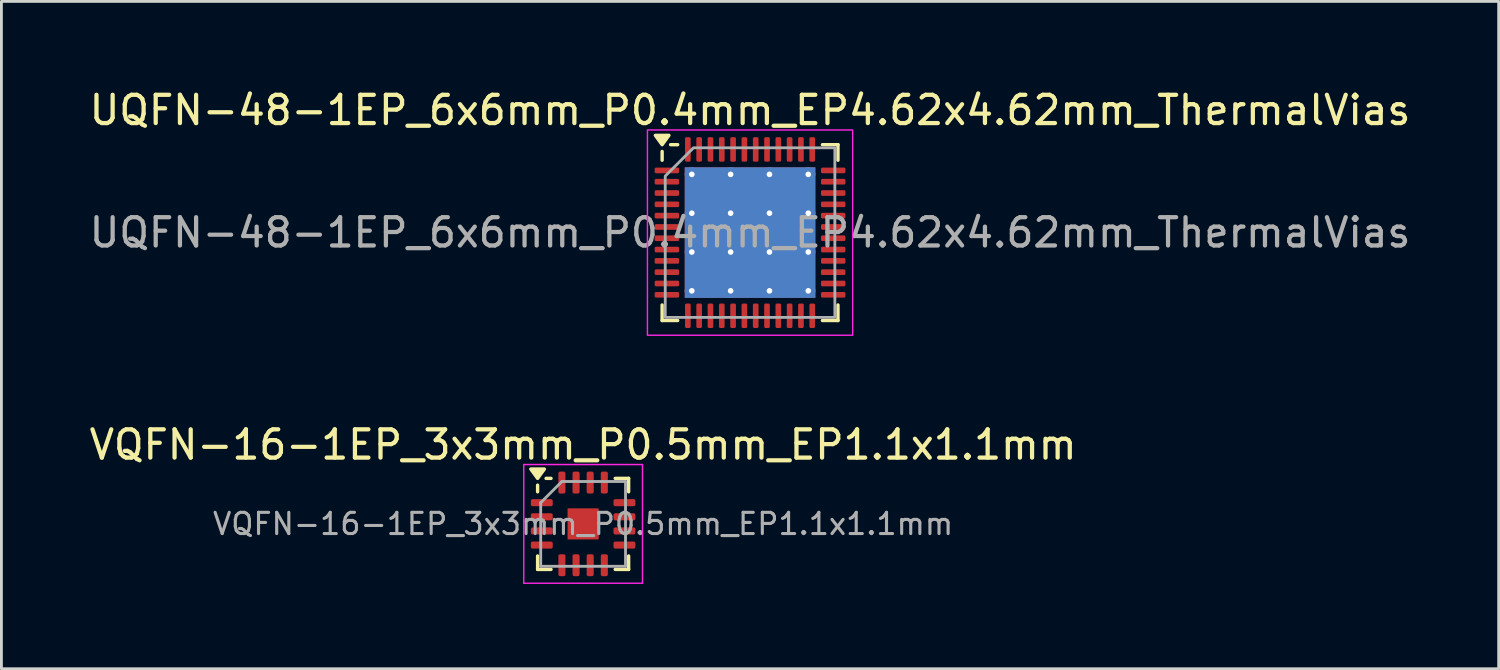
<source format=kicad_pcb>
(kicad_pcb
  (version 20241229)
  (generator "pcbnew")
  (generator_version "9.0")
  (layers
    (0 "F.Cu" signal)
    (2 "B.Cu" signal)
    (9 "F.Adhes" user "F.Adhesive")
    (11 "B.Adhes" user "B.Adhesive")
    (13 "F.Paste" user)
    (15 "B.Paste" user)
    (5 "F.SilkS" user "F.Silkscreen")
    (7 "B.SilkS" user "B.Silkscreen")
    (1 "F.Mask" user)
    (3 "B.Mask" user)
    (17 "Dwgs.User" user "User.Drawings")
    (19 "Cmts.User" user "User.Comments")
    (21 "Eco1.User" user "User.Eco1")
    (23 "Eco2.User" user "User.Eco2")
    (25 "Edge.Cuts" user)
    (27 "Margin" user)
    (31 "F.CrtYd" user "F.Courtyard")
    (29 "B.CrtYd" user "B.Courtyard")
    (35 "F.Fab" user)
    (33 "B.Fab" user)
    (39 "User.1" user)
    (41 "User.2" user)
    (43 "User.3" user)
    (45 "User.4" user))
  (footprint "UQFN-48-1EP_6x6mm_P0.4mm_EP4.62x4.62mm_ThermalVias"
    (layer "F.Cu")
    (at 23.482 5.178)
    (property "Reference" "UQFN-48-1EP_6x6mm_P0.4mm_EP4.62x4.62mm_ThermalVias" (at 0 -4.33 0) (layer "F.SilkS") (effects (font (size 1 1) (thickness 0.15))))
    (attr smd)
    (fp_line (start -3.11 -2.56) (end -3.11 -2.87) (stroke (width 0.12) (type solid)) (layer "F.SilkS"))
    (fp_line (start -3.11 3.11) (end -3.11 2.56) (stroke (width 0.12) (type solid)) (layer "F.SilkS"))
    (fp_line (start -2.56 -3.11) (end -2.81 -3.11) (stroke (width 0.12) (type solid)) (layer "F.SilkS"))
    (fp_line (start -2.56 3.11) (end -3.11 3.11) (stroke (width 0.12) (type solid)) (layer "F.SilkS"))
    (fp_line (start 2.56 -3.11) (end 3.11 -3.11) (stroke (width 0.12) (type solid)) (layer "F.SilkS"))
    (fp_line (start 2.56 3.11) (end 3.11 3.11) (stroke (width 0.12) (type solid)) (layer "F.SilkS"))
    (fp_line (start 3.11 -3.11) (end 3.11 -2.56) (stroke (width 0.12) (type solid)) (layer "F.SilkS"))
    (fp_line (start 3.11 3.11) (end 3.11 2.56) (stroke (width 0.12) (type solid)) (layer "F.SilkS"))
    (fp_poly (pts (xy -3.11 -3.11) (xy -3.35 -3.44) (xy -2.87 -3.44)) (stroke (width 0.12) (type solid)) (fill yes) (layer "F.SilkS"))
    (fp_rect (start -3.63 -3.63) (end 3.63 3.63) (stroke (width 0.05) (type solid)) (fill no) (layer "F.CrtYd"))
    (fp_poly (pts (xy -3 -2) (xy -3 3) (xy 3 3) (xy 3 -3) (xy -2 -3)) (stroke (width 0.1) (type solid)) (fill no) (layer "F.Fab"))
    (fp_text user "${REFERENCE}" (at 0 0 0) (layer "F.Fab") (effects (font (size 1 1) (thickness 0.15))))
    (pad "" smd roundrect (at -1.373 -1.373) (size 1.193 1.193) (layers "F.Paste") (roundrect_rratio 0.21))
    (pad "" smd roundrect (at -1.373 0) (size 1.193 1.193) (layers "F.Paste") (roundrect_rratio 0.21))
    (pad "" smd roundrect (at -1.373 1.373) (size 1.193 1.193) (layers "F.Paste") (roundrect_rratio 0.21))
    (pad "" smd roundrect (at 0 -1.373) (size 1.193 1.193) (layers "F.Paste") (roundrect_rratio 0.21))
    (pad "" smd roundrect (at 0 0) (size 1.193 1.193) (layers "F.Paste") (roundrect_rratio 0.21))
    (pad "" smd roundrect (at 0 1.373) (size 1.193 1.193) (layers "F.Paste") (roundrect_rratio 0.21))
    (pad "" smd roundrect (at 1.373 -1.373) (size 1.193 1.193) (layers "F.Paste") (roundrect_rratio 0.21))
    (pad "" smd roundrect (at 1.373 0) (size 1.193 1.193) (layers "F.Paste") (roundrect_rratio 0.21))
    (pad "" smd roundrect (at 1.373 1.373) (size 1.193 1.193) (layers "F.Paste") (roundrect_rratio 0.21))
    (pad "1" smd roundrect (at -2.942 -2.2) (size 0.865 0.2) (layers "F.Cu" "F.Mask" "F.Paste") (roundrect_rratio 0.25))
    (pad "2" smd roundrect (at -2.942 -1.8) (size 0.865 0.2) (layers "F.Cu" "F.Mask" "F.Paste") (roundrect_rratio 0.25))
    (pad "3" smd roundrect (at -2.942 -1.4) (size 0.865 0.2) (layers "F.Cu" "F.Mask" "F.Paste") (roundrect_rratio 0.25))
    (pad "4" smd roundrect (at -2.942 -1) (size 0.865 0.2) (layers "F.Cu" "F.Mask" "F.Paste") (roundrect_rratio 0.25))
    (pad "5" smd roundrect (at -2.942 -0.6) (size 0.865 0.2) (layers "F.Cu" "F.Mask" "F.Paste") (roundrect_rratio 0.25))
    (pad "6" smd roundrect (at -2.942 -0.2) (size 0.865 0.2) (layers "F.Cu" "F.Mask" "F.Paste") (roundrect_rratio 0.25))
    (pad "7" smd roundrect (at -2.942 0.2) (size 0.865 0.2) (layers "F.Cu" "F.Mask" "F.Paste") (roundrect_rratio 0.25))
    (pad "8" smd roundrect (at -2.942 0.6) (size 0.865 0.2) (layers "F.Cu" "F.Mask" "F.Paste") (roundrect_rratio 0.25))
    (pad "9" smd roundrect (at -2.942 1) (size 0.865 0.2) (layers "F.Cu" "F.Mask" "F.Paste") (roundrect_rratio 0.25))
    (pad "10" smd roundrect (at -2.942 1.4) (size 0.865 0.2) (layers "F.Cu" "F.Mask" "F.Paste") (roundrect_rratio 0.25))
    (pad "11" smd roundrect (at -2.942 1.8) (size 0.865 0.2) (layers "F.Cu" "F.Mask" "F.Paste") (roundrect_rratio 0.25))
    (pad "12" smd roundrect (at -2.942 2.2) (size 0.865 0.2) (layers "F.Cu" "F.Mask" "F.Paste") (roundrect_rratio 0.25))
    (pad "13" smd roundrect (at -2.2 2.942) (size 0.2 0.865) (layers "F.Cu" "F.Mask" "F.Paste") (roundrect_rratio 0.25))
    (pad "14" smd roundrect (at -1.8 2.942) (size 0.2 0.865) (layers "F.Cu" "F.Mask" "F.Paste") (roundrect_rratio 0.25))
    (pad "15" smd roundrect (at -1.4 2.942) (size 0.2 0.865) (layers "F.Cu" "F.Mask" "F.Paste") (roundrect_rratio 0.25))
    (pad "16" smd roundrect (at -1 2.942) (size 0.2 0.865) (layers "F.Cu" "F.Mask" "F.Paste") (roundrect_rratio 0.25))
    (pad "17" smd roundrect (at -0.6 2.942) (size 0.2 0.865) (layers "F.Cu" "F.Mask" "F.Paste") (roundrect_rratio 0.25))
    (pad "18" smd roundrect (at -0.2 2.942) (size 0.2 0.865) (layers "F.Cu" "F.Mask" "F.Paste") (roundrect_rratio 0.25))
    (pad "19" smd roundrect (at 0.2 2.942) (size 0.2 0.865) (layers "F.Cu" "F.Mask" "F.Paste") (roundrect_rratio 0.25))
    (pad "20" smd roundrect (at 0.6 2.942) (size 0.2 0.865) (layers "F.Cu" "F.Mask" "F.Paste") (roundrect_rratio 0.25))
    (pad "21" smd roundrect (at 1 2.942) (size 0.2 0.865) (layers "F.Cu" "F.Mask" "F.Paste") (roundrect_rratio 0.25))
    (pad "22" smd roundrect (at 1.4 2.942) (size 0.2 0.865) (layers "F.Cu" "F.Mask" "F.Paste") (roundrect_rratio 0.25))
    (pad "23" smd roundrect (at 1.8 2.942) (size 0.2 0.865) (layers "F.Cu" "F.Mask" "F.Paste") (roundrect_rratio 0.25))
    (pad "24" smd roundrect (at 2.2 2.942) (size 0.2 0.865) (layers "F.Cu" "F.Mask" "F.Paste") (roundrect_rratio 0.25))
    (pad "25" smd roundrect (at 2.942 2.2) (size 0.865 0.2) (layers "F.Cu" "F.Mask" "F.Paste") (roundrect_rratio 0.25))
    (pad "26" smd roundrect (at 2.942 1.8) (size 0.865 0.2) (layers "F.Cu" "F.Mask" "F.Paste") (roundrect_rratio 0.25))
    (pad "27" smd roundrect (at 2.942 1.4) (size 0.865 0.2) (layers "F.Cu" "F.Mask" "F.Paste") (roundrect_rratio 0.25))
    (pad "28" smd roundrect (at 2.942 1) (size 0.865 0.2) (layers "F.Cu" "F.Mask" "F.Paste") (roundrect_rratio 0.25))
    (pad "29" smd roundrect (at 2.942 0.6) (size 0.865 0.2) (layers "F.Cu" "F.Mask" "F.Paste") (roundrect_rratio 0.25))
    (pad "30" smd roundrect (at 2.942 0.2) (size 0.865 0.2) (layers "F.Cu" "F.Mask" "F.Paste") (roundrect_rratio 0.25))
    (pad "31" smd roundrect (at 2.942 -0.2) (size 0.865 0.2) (layers "F.Cu" "F.Mask" "F.Paste") (roundrect_rratio 0.25))
    (pad "32" smd roundrect (at 2.942 -0.6) (size 0.865 0.2) (layers "F.Cu" "F.Mask" "F.Paste") (roundrect_rratio 0.25))
    (pad "33" smd roundrect (at 2.942 -1) (size 0.865 0.2) (layers "F.Cu" "F.Mask" "F.Paste") (roundrect_rratio 0.25))
    (pad "34" smd roundrect (at 2.942 -1.4) (size 0.865 0.2) (layers "F.Cu" "F.Mask" "F.Paste") (roundrect_rratio 0.25))
    (pad "35" smd roundrect (at 2.942 -1.8) (size 0.865 0.2) (layers "F.Cu" "F.Mask" "F.Paste") (roundrect_rratio 0.25))
    (pad "36" smd roundrect (at 2.942 -2.2) (size 0.865 0.2) (layers "F.Cu" "F.Mask" "F.Paste") (roundrect_rratio 0.25))
    (pad "37" smd roundrect (at 2.2 -2.942) (size 0.2 0.865) (layers "F.Cu" "F.Mask" "F.Paste") (roundrect_rratio 0.25))
    (pad "38" smd roundrect (at 1.8 -2.942) (size 0.2 0.865) (layers "F.Cu" "F.Mask" "F.Paste") (roundrect_rratio 0.25))
    (pad "39" smd roundrect (at 1.4 -2.942) (size 0.2 0.865) (layers "F.Cu" "F.Mask" "F.Paste") (roundrect_rratio 0.25))
    (pad "40" smd roundrect (at 1 -2.942) (size 0.2 0.865) (layers "F.Cu" "F.Mask" "F.Paste") (roundrect_rratio 0.25))
    (pad "41" smd roundrect (at 0.6 -2.942) (size 0.2 0.865) (layers "F.Cu" "F.Mask" "F.Paste") (roundrect_rratio 0.25))
    (pad "42" smd roundrect (at 0.2 -2.942) (size 0.2 0.865) (layers "F.Cu" "F.Mask" "F.Paste") (roundrect_rratio 0.25))
    (pad "43" smd roundrect (at -0.2 -2.942) (size 0.2 0.865) (layers "F.Cu" "F.Mask" "F.Paste") (roundrect_rratio 0.25))
    (pad "44" smd roundrect (at -0.6 -2.942) (size 0.2 0.865) (layers "F.Cu" "F.Mask" "F.Paste") (roundrect_rratio 0.25))
    (pad "45" smd roundrect (at -1 -2.942) (size 0.2 0.865) (layers "F.Cu" "F.Mask" "F.Paste") (roundrect_rratio 0.25))
    (pad "46" smd roundrect (at -1.4 -2.942) (size 0.2 0.865) (layers "F.Cu" "F.Mask" "F.Paste") (roundrect_rratio 0.25))
    (pad "47" smd roundrect (at -1.8 -2.942) (size 0.2 0.865) (layers "F.Cu" "F.Mask" "F.Paste") (roundrect_rratio 0.25))
    (pad "48" smd roundrect (at -2.2 -2.942) (size 0.2 0.865) (layers "F.Cu" "F.Mask" "F.Paste") (roundrect_rratio 0.25))
    (pad "49" thru_hole circle (at -2.06 -2.06) (size 0.5 0.5) (drill 0.2) (property pad_prop_heatsink) (layers "*.Cu"))
    (pad "49" thru_hole circle (at -2.06 -0.687) (size 0.5 0.5) (drill 0.2) (property pad_prop_heatsink) (layers "*.Cu"))
    (pad "49" thru_hole circle (at -2.06 0.687) (size 0.5 0.5) (drill 0.2) (property pad_prop_heatsink) (layers "*.Cu"))
    (pad "49" thru_hole circle (at -2.06 2.06) (size 0.5 0.5) (drill 0.2) (property pad_prop_heatsink) (layers "*.Cu"))
    (pad "49" thru_hole circle (at -0.687 -2.06) (size 0.5 0.5) (drill 0.2) (property pad_prop_heatsink) (layers "*.Cu"))
    (pad "49" thru_hole circle (at -0.687 -0.687) (size 0.5 0.5) (drill 0.2) (property pad_prop_heatsink) (layers "*.Cu"))
    (pad "49" thru_hole circle (at -0.687 0.687) (size 0.5 0.5) (drill 0.2) (property pad_prop_heatsink) (layers "*.Cu"))
    (pad "49" thru_hole circle (at -0.687 2.06) (size 0.5 0.5) (drill 0.2) (property pad_prop_heatsink) (layers "*.Cu"))
    (pad "49" smd rect (at 0 0) (size 4.62 4.62) (property pad_prop_heatsink) (layers "F.Cu" "F.Mask"))
    (pad "49" smd rect (at 0 0) (size 4.62 4.62) (property pad_prop_heatsink) (layers "B.Cu"))
    (pad "49" thru_hole circle (at 0.687 -2.06) (size 0.5 0.5) (drill 0.2) (property pad_prop_heatsink) (layers "*.Cu"))
    (pad "49" thru_hole circle (at 0.687 -0.687) (size 0.5 0.5) (drill 0.2) (property pad_prop_heatsink) (layers "*.Cu"))
    (pad "49" thru_hole circle (at 0.687 0.687) (size 0.5 0.5) (drill 0.2) (property pad_prop_heatsink) (layers "*.Cu"))
    (pad "49" thru_hole circle (at 0.687 2.06) (size 0.5 0.5) (drill 0.2) (property pad_prop_heatsink) (layers "*.Cu"))
    (pad "49" thru_hole circle (at 2.06 -2.06) (size 0.5 0.5) (drill 0.2) (property pad_prop_heatsink) (layers "*.Cu"))
    (pad "49" thru_hole circle (at 2.06 -0.687) (size 0.5 0.5) (drill 0.2) (property pad_prop_heatsink) (layers "*.Cu"))
    (pad "49" thru_hole circle (at 2.06 0.687) (size 0.5 0.5) (drill 0.2) (property pad_prop_heatsink) (layers "*.Cu"))
    (pad "49" thru_hole circle (at 2.06 2.06) (size 0.5 0.5) (drill 0.2) (property pad_prop_heatsink) (layers "*.Cu")))
  (footprint "VQFN-16-1EP_3x3mm_P0.5mm_EP1.1x1.1mm"
    (layer "F.Cu")
    (at 17.577 15.482)
    (property "Reference" "VQFN-16-1EP_3x3mm_P0.5mm_EP1.1x1.1mm" (at 0 -2.8 0) (layer "F.SilkS") (effects (font (size 1 1) (thickness 0.15))))
    (attr smd)
    (fp_line (start -1.61 -1.135) (end -1.61 -1.37) (stroke (width 0.12) (type solid)) (layer "F.SilkS"))
    (fp_line (start -1.61 1.61) (end -1.61 1.135) (stroke (width 0.12) (type solid)) (layer "F.SilkS"))
    (fp_line (start -1.135 -1.61) (end -1.31 -1.61) (stroke (width 0.12) (type solid)) (layer "F.SilkS"))
    (fp_line (start -1.135 1.61) (end -1.61 1.61) (stroke (width 0.12) (type solid)) (layer "F.SilkS"))
    (fp_line (start 1.135 -1.61) (end 1.61 -1.61) (stroke (width 0.12) (type solid)) (layer "F.SilkS"))
    (fp_line (start 1.135 1.61) (end 1.61 1.61) (stroke (width 0.12) (type solid)) (layer "F.SilkS"))
    (fp_line (start 1.61 -1.61) (end 1.61 -1.135) (stroke (width 0.12) (type solid)) (layer "F.SilkS"))
    (fp_line (start 1.61 1.61) (end 1.61 1.135) (stroke (width 0.12) (type solid)) (layer "F.SilkS"))
    (fp_poly (pts (xy -1.61 -1.61) (xy -1.85 -1.94) (xy -1.37 -1.94) (xy -1.61 -1.61)) (stroke (width 0.12) (type solid)) (fill yes) (layer "F.SilkS"))
    (fp_line (start -2.1 -2.1) (end -2.1 2.1) (stroke (width 0.05) (type solid)) (layer "F.CrtYd"))
    (fp_line (start -2.1 2.1) (end 2.1 2.1) (stroke (width 0.05) (type solid)) (layer "F.CrtYd"))
    (fp_line (start 2.1 -2.1) (end -2.1 -2.1) (stroke (width 0.05) (type solid)) (layer "F.CrtYd"))
    (fp_line (start 2.1 2.1) (end 2.1 -2.1) (stroke (width 0.05) (type solid)) (layer "F.CrtYd"))
    (fp_line (start -1.5 -0.75) (end -0.75 -1.5) (stroke (width 0.1) (type solid)) (layer "F.Fab"))
    (fp_line (start -1.5 1.5) (end -1.5 -0.75) (stroke (width 0.1) (type solid)) (layer "F.Fab"))
    (fp_line (start -0.75 -1.5) (end 1.5 -1.5) (stroke (width 0.1) (type solid)) (layer "F.Fab"))
    (fp_line (start 1.5 -1.5) (end 1.5 1.5) (stroke (width 0.1) (type solid)) (layer "F.Fab"))
    (fp_line (start 1.5 1.5) (end -1.5 1.5) (stroke (width 0.1) (type solid)) (layer "F.Fab"))
    (fp_text user "${REFERENCE}" (at 0 0 0) (layer "F.Fab") (effects (font (size 0.75 0.75) (thickness 0.11))))
    (pad "" smd roundrect (at 0 0) (size 0.89 0.89) (layers "F.Paste") (roundrect_rratio 0.25))
    (pad "1" smd roundrect (at -1.462 -0.75) (size 0.775 0.25) (layers "F.Cu" "F.Mask" "F.Paste") (roundrect_rratio 0.25))
    (pad "2" smd roundrect (at -1.462 -0.25) (size 0.775 0.25) (layers "F.Cu" "F.Mask" "F.Paste") (roundrect_rratio 0.25))
    (pad "3" smd roundrect (at -1.462 0.25) (size 0.775 0.25) (layers "F.Cu" "F.Mask" "F.Paste") (roundrect_rratio 0.25))
    (pad "4" smd roundrect (at -1.462 0.75) (size 0.775 0.25) (layers "F.Cu" "F.Mask" "F.Paste") (roundrect_rratio 0.25))
    (pad "5" smd roundrect (at -0.75 1.462) (size 0.25 0.775) (layers "F.Cu" "F.Mask" "F.Paste") (roundrect_rratio 0.25))
    (pad "6" smd roundrect (at -0.25 1.462) (size 0.25 0.775) (layers "F.Cu" "F.Mask" "F.Paste") (roundrect_rratio 0.25))
    (pad "7" smd roundrect (at 0.25 1.462) (size 0.25 0.775) (layers "F.Cu" "F.Mask" "F.Paste") (roundrect_rratio 0.25))
    (pad "8" smd roundrect (at 0.75 1.462) (size 0.25 0.775) (layers "F.Cu" "F.Mask" "F.Paste") (roundrect_rratio 0.25))
    (pad "9" smd roundrect (at 1.462 0.75) (size 0.775 0.25) (layers "F.Cu" "F.Mask" "F.Paste") (roundrect_rratio 0.25))
    (pad "10" smd roundrect (at 1.462 0.25) (size 0.775 0.25) (layers "F.Cu" "F.Mask" "F.Paste") (roundrect_rratio 0.25))
    (pad "11" smd roundrect (at 1.462 -0.25) (size 0.775 0.25) (layers "F.Cu" "F.Mask" "F.Paste") (roundrect_rratio 0.25))
    (pad "12" smd roundrect (at 1.462 -0.75) (size 0.775 0.25) (layers "F.Cu" "F.Mask" "F.Paste") (roundrect_rratio 0.25))
    (pad "13" smd roundrect (at 0.75 -1.462) (size 0.25 0.775) (layers "F.Cu" "F.Mask" "F.Paste") (roundrect_rratio 0.25))
    (pad "14" smd roundrect (at 0.25 -1.462) (size 0.25 0.775) (layers "F.Cu" "F.Mask" "F.Paste") (roundrect_rratio 0.25))
    (pad "15" smd roundrect (at -0.25 -1.462) (size 0.25 0.775) (layers "F.Cu" "F.Mask" "F.Paste") (roundrect_rratio 0.25))
    (pad "16" smd roundrect (at -0.75 -1.462) (size 0.25 0.775) (layers "F.Cu" "F.Mask" "F.Paste") (roundrect_rratio 0.25))
    (pad "17" smd rect (at 0 0) (size 1.1 1.1) (property pad_prop_heatsink) (layers "F.Cu" "F.Mask")))
  (gr_rect
    (start -3 -3)
    (end 49.964 20.607)
    (stroke (width 0.1) (type default))
    (fill no)
    (layer "Edge.Cuts")))
</source>
